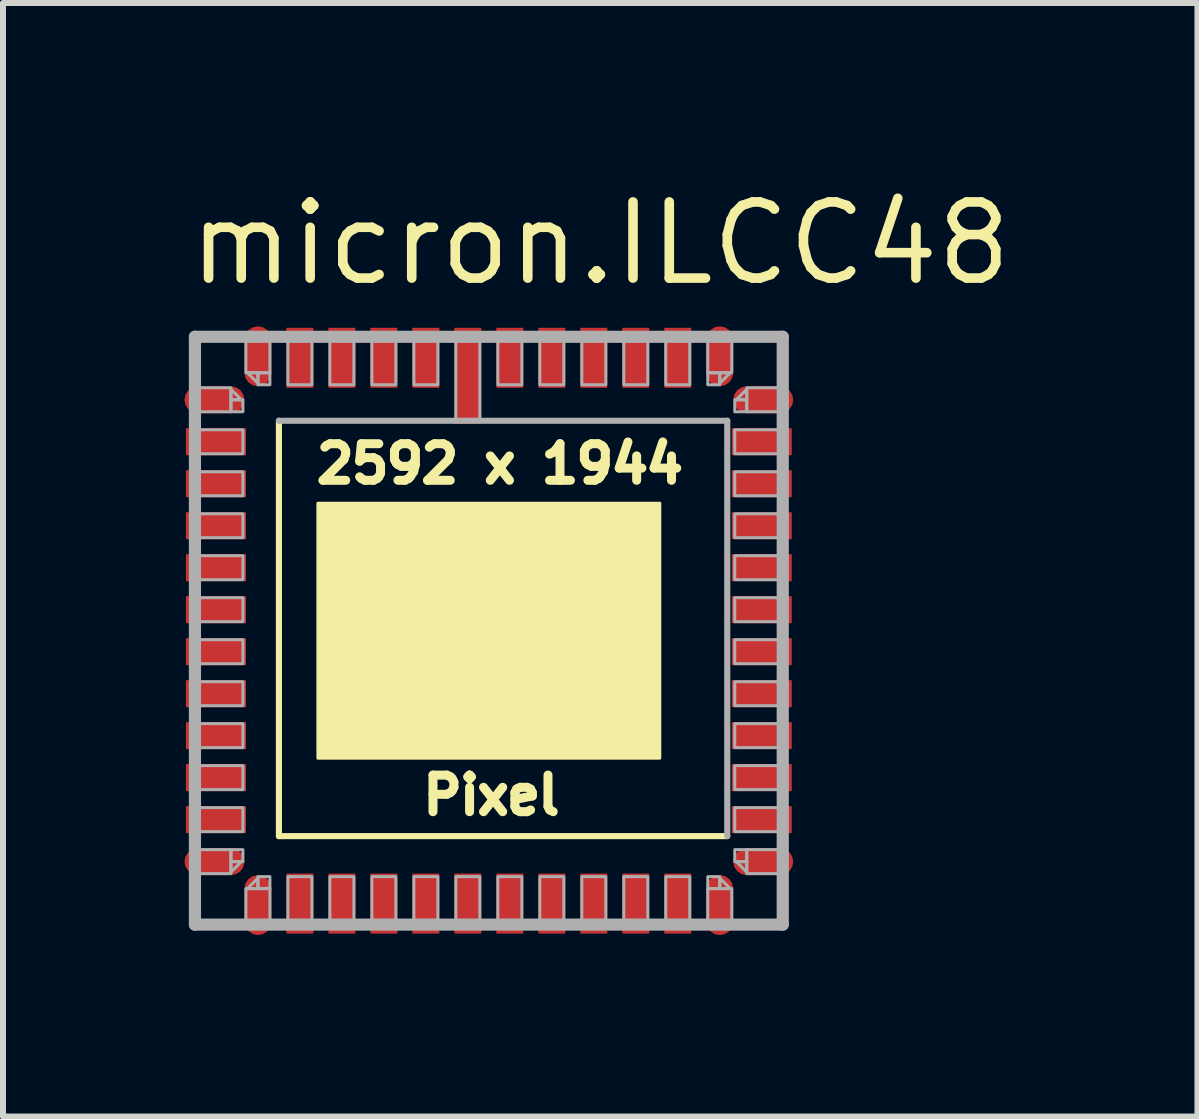
<source format=kicad_pcb>
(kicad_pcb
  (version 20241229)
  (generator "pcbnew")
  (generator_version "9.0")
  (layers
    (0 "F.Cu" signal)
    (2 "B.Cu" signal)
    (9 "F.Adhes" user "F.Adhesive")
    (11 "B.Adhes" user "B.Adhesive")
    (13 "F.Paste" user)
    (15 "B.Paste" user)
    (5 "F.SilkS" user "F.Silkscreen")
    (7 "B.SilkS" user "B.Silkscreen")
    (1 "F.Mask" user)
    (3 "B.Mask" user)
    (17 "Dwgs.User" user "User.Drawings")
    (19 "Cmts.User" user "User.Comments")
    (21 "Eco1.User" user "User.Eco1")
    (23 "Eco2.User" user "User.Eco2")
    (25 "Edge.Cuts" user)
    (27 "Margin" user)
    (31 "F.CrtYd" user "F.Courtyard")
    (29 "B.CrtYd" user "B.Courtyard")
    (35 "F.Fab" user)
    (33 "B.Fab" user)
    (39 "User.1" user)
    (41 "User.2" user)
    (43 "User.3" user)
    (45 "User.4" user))
  (footprint "micron.ILCC48"
    (layer "F.Cu")
    (at 5.1 7.465)
    (property "Reference" "micron.ILCC48" (at -5.08 -5.715 0) (layer "F.SilkS") (effects (font (size 1.27 1.27) (thickness 0.16)) (justify left bottom)))
    (attr smd)
    (fp_rect (start -5.075 -2.9) (end -4.025 -3.4) (stroke (width 0.05) (type default)) (fill yes) (layer "F.Mask"))
    (fp_rect (start -5.075 -2.2) (end -4.025 -2.7) (stroke (width 0.05) (type default)) (fill yes) (layer "F.Mask"))
    (fp_rect (start -5.075 -1.5) (end -4.025 -2) (stroke (width 0.05) (type default)) (fill yes) (layer "F.Mask"))
    (fp_rect (start -5.075 -0.8) (end -4.025 -1.3) (stroke (width 0.05) (type default)) (fill yes) (layer "F.Mask"))
    (fp_rect (start -5.075 -0.1) (end -4.025 -0.6) (stroke (width 0.05) (type default)) (fill yes) (layer "F.Mask"))
    (fp_rect (start -5.075 0.6) (end -4.025 0.1) (stroke (width 0.05) (type default)) (fill yes) (layer "F.Mask"))
    (fp_rect (start -5.075 1.3) (end -4.025 0.8) (stroke (width 0.05) (type default)) (fill yes) (layer "F.Mask"))
    (fp_rect (start -5.075 2) (end -4.025 1.5) (stroke (width 0.05) (type default)) (fill yes) (layer "F.Mask"))
    (fp_rect (start -5.075 2.7) (end -4.025 2.2) (stroke (width 0.05) (type default)) (fill yes) (layer "F.Mask"))
    (fp_rect (start -5.075 3.4) (end -4.025 2.9) (stroke (width 0.05) (type default)) (fill yes) (layer "F.Mask"))
    (fp_rect (start -3.4 -4.025) (end -2.9 -5.075) (stroke (width 0.05) (type default)) (fill yes) (layer "F.Mask"))
    (fp_rect (start -3.4 5.075) (end -2.9 4.025) (stroke (width 0.05) (type default)) (fill yes) (layer "F.Mask"))
    (fp_rect (start -2.7 -4.025) (end -2.2 -5.075) (stroke (width 0.05) (type default)) (fill yes) (layer "F.Mask"))
    (fp_rect (start -2.7 5.075) (end -2.2 4.025) (stroke (width 0.05) (type default)) (fill yes) (layer "F.Mask"))
    (fp_rect (start -2 -4.025) (end -1.5 -5.075) (stroke (width 0.05) (type default)) (fill yes) (layer "F.Mask"))
    (fp_rect (start -2 5.075) (end -1.5 4.025) (stroke (width 0.05) (type default)) (fill yes) (layer "F.Mask"))
    (fp_rect (start -1.3 -4.025) (end -0.8 -5.075) (stroke (width 0.05) (type default)) (fill yes) (layer "F.Mask"))
    (fp_rect (start -1.3 5.075) (end -0.8 4.025) (stroke (width 0.05) (type default)) (fill yes) (layer "F.Mask"))
    (fp_rect (start -0.6 -3.425) (end -0.1 -5.075) (stroke (width 0.05) (type default)) (fill yes) (layer "F.Mask"))
    (fp_rect (start -0.6 5.075) (end -0.1 4.025) (stroke (width 0.05) (type default)) (fill yes) (layer "F.Mask"))
    (fp_rect (start 0.1 -4.025) (end 0.6 -5.075) (stroke (width 0.05) (type default)) (fill yes) (layer "F.Mask"))
    (fp_rect (start 0.1 5.075) (end 0.6 4.025) (stroke (width 0.05) (type default)) (fill yes) (layer "F.Mask"))
    (fp_rect (start 0.8 -4.025) (end 1.3 -5.075) (stroke (width 0.05) (type default)) (fill yes) (layer "F.Mask"))
    (fp_rect (start 0.8 5.075) (end 1.3 4.025) (stroke (width 0.05) (type default)) (fill yes) (layer "F.Mask"))
    (fp_rect (start 1.5 -4.025) (end 2 -5.075) (stroke (width 0.05) (type default)) (fill yes) (layer "F.Mask"))
    (fp_rect (start 1.5 5.075) (end 2 4.025) (stroke (width 0.05) (type default)) (fill yes) (layer "F.Mask"))
    (fp_rect (start 2.2 -4.025) (end 2.7 -5.075) (stroke (width 0.05) (type default)) (fill yes) (layer "F.Mask"))
    (fp_rect (start 2.2 5.075) (end 2.7 4.025) (stroke (width 0.05) (type default)) (fill yes) (layer "F.Mask"))
    (fp_rect (start 2.9 -4.025) (end 3.4 -5.075) (stroke (width 0.05) (type default)) (fill yes) (layer "F.Mask"))
    (fp_rect (start 2.9 5.075) (end 3.4 4.025) (stroke (width 0.05) (type default)) (fill yes) (layer "F.Mask"))
    (fp_rect (start 4.025 -2.9) (end 5.075 -3.4) (stroke (width 0.05) (type default)) (fill yes) (layer "F.Mask"))
    (fp_rect (start 4.025 -2.2) (end 5.075 -2.7) (stroke (width 0.05) (type default)) (fill yes) (layer "F.Mask"))
    (fp_rect (start 4.025 -1.5) (end 5.075 -2) (stroke (width 0.05) (type default)) (fill yes) (layer "F.Mask"))
    (fp_rect (start 4.025 -0.8) (end 5.075 -1.3) (stroke (width 0.05) (type default)) (fill yes) (layer "F.Mask"))
    (fp_rect (start 4.025 -0.1) (end 5.075 -0.6) (stroke (width 0.05) (type default)) (fill yes) (layer "F.Mask"))
    (fp_rect (start 4.025 0.6) (end 5.075 0.1) (stroke (width 0.05) (type default)) (fill yes) (layer "F.Mask"))
    (fp_rect (start 4.025 1.3) (end 5.075 0.8) (stroke (width 0.05) (type default)) (fill yes) (layer "F.Mask"))
    (fp_rect (start 4.025 2) (end 5.075 1.5) (stroke (width 0.05) (type default)) (fill yes) (layer "F.Mask"))
    (fp_rect (start 4.025 2.7) (end 5.075 2.2) (stroke (width 0.05) (type default)) (fill yes) (layer "F.Mask"))
    (fp_rect (start 4.025 3.4) (end 5.075 2.9) (stroke (width 0.05) (type default)) (fill yes) (layer "F.Mask"))
    (fp_poly (pts (xy -5.05 -4.075) (xy -5.05 -3.625) (xy -4.125 -3.625) (xy -4.05 -3.7) (xy -4.05 -3.925) (xy -4.2 -4.075)) (stroke (width 0.05) (type default)) (fill yes) (layer "F.Mask"))
    (fp_poly (pts (xy -5.05 4.075) (xy -5.05 3.625) (xy -4.125 3.625) (xy -4.05 3.7) (xy -4.05 3.925) (xy -4.2 4.075)) (stroke (width 0.05) (type default)) (fill yes) (layer "F.Mask"))
    (fp_poly (pts (xy -4.075 -5.05) (xy -3.625 -5.05) (xy -3.625 -4.125) (xy -3.7 -4.05) (xy -3.925 -4.05) (xy -4.075 -4.2)) (stroke (width 0.05) (type default)) (fill yes) (layer "F.Mask"))
    (fp_poly (pts (xy -4.075 5.05) (xy -3.625 5.05) (xy -3.625 4.125) (xy -3.7 4.05) (xy -3.925 4.05) (xy -4.075 4.2)) (stroke (width 0.05) (type default)) (fill yes) (layer "F.Mask"))
    (fp_poly (pts (xy 4.075 -5.05) (xy 3.625 -5.05) (xy 3.625 -4.125) (xy 3.7 -4.05) (xy 3.925 -4.05) (xy 4.075 -4.2)) (stroke (width 0.05) (type default)) (fill yes) (layer "F.Mask"))
    (fp_poly (pts (xy 4.075 5.05) (xy 3.625 5.05) (xy 3.625 4.125) (xy 3.7 4.05) (xy 3.925 4.05) (xy 4.075 4.2)) (stroke (width 0.05) (type default)) (fill yes) (layer "F.Mask"))
    (fp_poly (pts (xy 5.05 -4.075) (xy 5.05 -3.625) (xy 4.125 -3.625) (xy 4.05 -3.7) (xy 4.05 -3.925) (xy 4.2 -4.075)) (stroke (width 0.05) (type default)) (fill yes) (layer "F.Mask"))
    (fp_poly (pts (xy 5.05 4.075) (xy 5.05 3.625) (xy 4.125 3.625) (xy 4.05 3.7) (xy 4.05 3.925) (xy 4.2 4.075)) (stroke (width 0.05) (type default)) (fill yes) (layer "F.Mask"))
    (fp_line (start -3.5 3.425) (end -3.5 -3.5) (stroke (width 0.102) (type default)) (layer "F.SilkS"))
    (fp_line (start 3.975 3.425) (end -3.5 3.425) (stroke (width 0.102) (type default)) (layer "F.SilkS"))
    (fp_rect (start -2.85 2.125) (end 2.85 -2.125) (stroke (width 0.05) (type default)) (fill yes) (layer "F.SilkS"))
    (fp_rect (start -4.95 -2.95) (end -4.075 -3.35) (stroke (width 0.05) (type default)) (fill yes) (layer "F.Paste"))
    (fp_rect (start -4.95 -2.25) (end -4.075 -2.65) (stroke (width 0.05) (type default)) (fill yes) (layer "F.Paste"))
    (fp_rect (start -4.95 -1.55) (end -4.075 -1.95) (stroke (width 0.05) (type default)) (fill yes) (layer "F.Paste"))
    (fp_rect (start -4.95 -0.85) (end -4.075 -1.25) (stroke (width 0.05) (type default)) (fill yes) (layer "F.Paste"))
    (fp_rect (start -4.95 -0.15) (end -4.075 -0.55) (stroke (width 0.05) (type default)) (fill yes) (layer "F.Paste"))
    (fp_rect (start -4.95 0.55) (end -4.075 0.15) (stroke (width 0.05) (type default)) (fill yes) (layer "F.Paste"))
    (fp_rect (start -4.95 1.25) (end -4.075 0.85) (stroke (width 0.05) (type default)) (fill yes) (layer "F.Paste"))
    (fp_rect (start -4.95 1.95) (end -4.075 1.55) (stroke (width 0.05) (type default)) (fill yes) (layer "F.Paste"))
    (fp_rect (start -4.95 2.65) (end -4.075 2.25) (stroke (width 0.05) (type default)) (fill yes) (layer "F.Paste"))
    (fp_rect (start -4.95 3.35) (end -4.075 2.95) (stroke (width 0.05) (type default)) (fill yes) (layer "F.Paste"))
    (fp_rect (start -3.35 -4.075) (end -2.95 -4.95) (stroke (width 0.05) (type default)) (fill yes) (layer "F.Paste"))
    (fp_rect (start -3.35 4.95) (end -2.95 4.075) (stroke (width 0.05) (type default)) (fill yes) (layer "F.Paste"))
    (fp_rect (start -2.65 -4.075) (end -2.25 -4.95) (stroke (width 0.05) (type default)) (fill yes) (layer "F.Paste"))
    (fp_rect (start -2.65 4.95) (end -2.25 4.075) (stroke (width 0.05) (type default)) (fill yes) (layer "F.Paste"))
    (fp_rect (start -1.95 -4.075) (end -1.55 -4.95) (stroke (width 0.05) (type default)) (fill yes) (layer "F.Paste"))
    (fp_rect (start -1.95 4.95) (end -1.55 4.075) (stroke (width 0.05) (type default)) (fill yes) (layer "F.Paste"))
    (fp_rect (start -1.25 -4.075) (end -0.85 -4.95) (stroke (width 0.05) (type default)) (fill yes) (layer "F.Paste"))
    (fp_rect (start -1.25 4.95) (end -0.85 4.075) (stroke (width 0.05) (type default)) (fill yes) (layer "F.Paste"))
    (fp_rect (start -0.55 -3.5) (end -0.15 -4.95) (stroke (width 0.05) (type default)) (fill yes) (layer "F.Paste"))
    (fp_rect (start -0.55 4.95) (end -0.15 4.075) (stroke (width 0.05) (type default)) (fill yes) (layer "F.Paste"))
    (fp_rect (start 0.15 -4.075) (end 0.55 -4.95) (stroke (width 0.05) (type default)) (fill yes) (layer "F.Paste"))
    (fp_rect (start 0.15 4.95) (end 0.55 4.075) (stroke (width 0.05) (type default)) (fill yes) (layer "F.Paste"))
    (fp_rect (start 0.85 -4.075) (end 1.25 -4.95) (stroke (width 0.05) (type default)) (fill yes) (layer "F.Paste"))
    (fp_rect (start 0.85 4.95) (end 1.25 4.075) (stroke (width 0.05) (type default)) (fill yes) (layer "F.Paste"))
    (fp_rect (start 1.55 -4.075) (end 1.95 -4.95) (stroke (width 0.05) (type default)) (fill yes) (layer "F.Paste"))
    (fp_rect (start 1.55 4.95) (end 1.95 4.075) (stroke (width 0.05) (type default)) (fill yes) (layer "F.Paste"))
    (fp_rect (start 2.25 -4.075) (end 2.65 -4.95) (stroke (width 0.05) (type default)) (fill yes) (layer "F.Paste"))
    (fp_rect (start 2.25 4.95) (end 2.65 4.075) (stroke (width 0.05) (type default)) (fill yes) (layer "F.Paste"))
    (fp_rect (start 2.95 -4.075) (end 3.35 -4.95) (stroke (width 0.05) (type default)) (fill yes) (layer "F.Paste"))
    (fp_rect (start 2.95 4.95) (end 3.35 4.075) (stroke (width 0.05) (type default)) (fill yes) (layer "F.Paste"))
    (fp_rect (start 4.075 -2.95) (end 4.95 -3.35) (stroke (width 0.05) (type default)) (fill yes) (layer "F.Paste"))
    (fp_rect (start 4.075 -2.25) (end 4.95 -2.65) (stroke (width 0.05) (type default)) (fill yes) (layer "F.Paste"))
    (fp_rect (start 4.075 -1.55) (end 4.95 -1.95) (stroke (width 0.05) (type default)) (fill yes) (layer "F.Paste"))
    (fp_rect (start 4.075 -0.85) (end 4.95 -1.25) (stroke (width 0.05) (type default)) (fill yes) (layer "F.Paste"))
    (fp_rect (start 4.075 -0.15) (end 4.95 -0.55) (stroke (width 0.05) (type default)) (fill yes) (layer "F.Paste"))
    (fp_rect (start 4.075 0.55) (end 4.95 0.15) (stroke (width 0.05) (type default)) (fill yes) (layer "F.Paste"))
    (fp_rect (start 4.075 1.25) (end 4.95 0.85) (stroke (width 0.05) (type default)) (fill yes) (layer "F.Paste"))
    (fp_rect (start 4.075 1.95) (end 4.95 1.55) (stroke (width 0.05) (type default)) (fill yes) (layer "F.Paste"))
    (fp_rect (start 4.075 2.65) (end 4.95 2.25) (stroke (width 0.05) (type default)) (fill yes) (layer "F.Paste"))
    (fp_rect (start 4.075 3.35) (end 4.95 2.95) (stroke (width 0.05) (type default)) (fill yes) (layer "F.Paste"))
    (fp_poly (pts (xy -4.925 -4.025) (xy -4.25 -4.025) (xy -4.1 -3.875) (xy -4.1 -3.775) (xy -4.2 -3.675) (xy -4.925 -3.675)) (stroke (width 0.05) (type default)) (fill yes) (layer "F.Paste"))
    (fp_poly (pts (xy -4.925 4.025) (xy -4.25 4.025) (xy -4.1 3.875) (xy -4.1 3.775) (xy -4.2 3.675) (xy -4.925 3.675)) (stroke (width 0.05) (type default)) (fill yes) (layer "F.Paste"))
    (fp_poly (pts (xy -4.025 -4.925) (xy -4.025 -4.25) (xy -3.875 -4.1) (xy -3.775 -4.1) (xy -3.675 -4.2) (xy -3.675 -4.925)) (stroke (width 0.05) (type default)) (fill yes) (layer "F.Paste"))
    (fp_poly (pts (xy -4.025 4.925) (xy -4.025 4.25) (xy -3.875 4.1) (xy -3.8 4.1) (xy -3.675 4.2) (xy -3.675 4.925)) (stroke (width 0.05) (type default)) (fill yes) (layer "F.Paste"))
    (fp_poly (pts (xy 4.025 -4.925) (xy 4.025 -4.25) (xy 3.875 -4.1) (xy 3.8 -4.1) (xy 3.675 -4.2) (xy 3.675 -4.925)) (stroke (width 0.05) (type default)) (fill yes) (layer "F.Paste"))
    (fp_poly (pts (xy 4.025 4.925) (xy 4.025 4.25) (xy 3.875 4.1) (xy 3.8 4.1) (xy 3.675 4.2) (xy 3.675 4.925)) (stroke (width 0.05) (type default)) (fill yes) (layer "F.Paste"))
    (fp_poly (pts (xy 4.925 -4.025) (xy 4.25 -4.025) (xy 4.1 -3.875) (xy 4.1 -3.775) (xy 4.2 -3.675) (xy 4.925 -3.675)) (stroke (width 0.05) (type default)) (fill yes) (layer "F.Paste"))
    (fp_poly (pts (xy 4.925 4.025) (xy 4.25 4.025) (xy 4.1 3.875) (xy 4.1 3.775) (xy 4.2 3.675) (xy 4.925 3.675)) (stroke (width 0.05) (type default)) (fill yes) (layer "F.Paste"))
    (fp_line (start -4.9 -4.9) (end 4.9 -4.9) (stroke (width 0.203) (type default)) (layer "F.Fab"))
    (fp_line (start -4.9 4.9) (end -4.9 -4.9) (stroke (width 0.203) (type default)) (layer "F.Fab"))
    (fp_line (start -3.5 -3.5) (end 3.975 -3.5) (stroke (width 0.102) (type default)) (layer "F.Fab"))
    (fp_line (start 3.975 -3.5) (end 3.975 3.425) (stroke (width 0.102) (type default)) (layer "F.Fab"))
    (fp_line (start 4.9 -4.9) (end 4.9 4.9) (stroke (width 0.203) (type default)) (layer "F.Fab"))
    (fp_line (start 4.9 4.9) (end -4.9 4.9) (stroke (width 0.203) (type default)) (layer "F.Fab"))
    (fp_rect (start -4.9 -3.65) (end -4.3 -4.05) (stroke (width 0.05) (type default)) (fill no) (layer "F.Fab"))
    (fp_rect (start -4.9 -2.95) (end -4.1 -3.35) (stroke (width 0.05) (type default)) (fill no) (layer "F.Fab"))
    (fp_rect (start -4.9 -2.25) (end -4.1 -2.65) (stroke (width 0.05) (type default)) (fill no) (layer "F.Fab"))
    (fp_rect (start -4.9 -1.55) (end -4.1 -1.95) (stroke (width 0.05) (type default)) (fill no) (layer "F.Fab"))
    (fp_rect (start -4.9 -0.85) (end -4.1 -1.25) (stroke (width 0.05) (type default)) (fill no) (layer "F.Fab"))
    (fp_rect (start -4.9 -0.15) (end -4.1 -0.55) (stroke (width 0.05) (type default)) (fill no) (layer "F.Fab"))
    (fp_rect (start -4.9 0.55) (end -4.1 0.15) (stroke (width 0.05) (type default)) (fill no) (layer "F.Fab"))
    (fp_rect (start -4.9 1.25) (end -4.1 0.85) (stroke (width 0.05) (type default)) (fill no) (layer "F.Fab"))
    (fp_rect (start -4.9 1.95) (end -4.1 1.55) (stroke (width 0.05) (type default)) (fill no) (layer "F.Fab"))
    (fp_rect (start -4.9 2.65) (end -4.1 2.25) (stroke (width 0.05) (type default)) (fill no) (layer "F.Fab"))
    (fp_rect (start -4.9 3.35) (end -4.1 2.95) (stroke (width 0.05) (type default)) (fill no) (layer "F.Fab"))
    (fp_rect (start -4.9 4.05) (end -4.3 3.65) (stroke (width 0.05) (type default)) (fill no) (layer "F.Fab"))
    (fp_rect (start -4.3 -3.65) (end -4.1 -3.85) (stroke (width 0.05) (type default)) (fill no) (layer "F.Fab"))
    (fp_rect (start -4.3 3.85) (end -4.1 3.65) (stroke (width 0.05) (type default)) (fill no) (layer "F.Fab"))
    (fp_rect (start -4.05 -4.3) (end -3.65 -4.9) (stroke (width 0.05) (type default)) (fill no) (layer "F.Fab"))
    (fp_rect (start -4.05 4.9) (end -3.65 4.3) (stroke (width 0.05) (type default)) (fill no) (layer "F.Fab"))
    (fp_rect (start -3.85 -4.1) (end -3.65 -4.3) (stroke (width 0.05) (type default)) (fill no) (layer "F.Fab"))
    (fp_rect (start -3.85 4.3) (end -3.65 4.1) (stroke (width 0.05) (type default)) (fill no) (layer "F.Fab"))
    (fp_rect (start -3.35 -4.1) (end -2.95 -4.9) (stroke (width 0.05) (type default)) (fill no) (layer "F.Fab"))
    (fp_rect (start -3.35 4.9) (end -2.95 4.1) (stroke (width 0.05) (type default)) (fill no) (layer "F.Fab"))
    (fp_rect (start -2.65 -4.1) (end -2.25 -4.9) (stroke (width 0.05) (type default)) (fill no) (layer "F.Fab"))
    (fp_rect (start -2.65 4.9) (end -2.25 4.1) (stroke (width 0.05) (type default)) (fill no) (layer "F.Fab"))
    (fp_rect (start -1.95 -4.1) (end -1.55 -4.9) (stroke (width 0.05) (type default)) (fill no) (layer "F.Fab"))
    (fp_rect (start -1.95 4.9) (end -1.55 4.1) (stroke (width 0.05) (type default)) (fill no) (layer "F.Fab"))
    (fp_rect (start -1.25 -4.1) (end -0.85 -4.9) (stroke (width 0.05) (type default)) (fill no) (layer "F.Fab"))
    (fp_rect (start -1.25 4.9) (end -0.85 4.1) (stroke (width 0.05) (type default)) (fill no) (layer "F.Fab"))
    (fp_rect (start -0.55 -3.5) (end -0.15 -4.9) (stroke (width 0.05) (type default)) (fill no) (layer "F.Fab"))
    (fp_rect (start -0.55 4.9) (end -0.15 4.1) (stroke (width 0.05) (type default)) (fill no) (layer "F.Fab"))
    (fp_rect (start 0.15 -4.1) (end 0.55 -4.9) (stroke (width 0.05) (type default)) (fill no) (layer "F.Fab"))
    (fp_rect (start 0.15 4.9) (end 0.55 4.1) (stroke (width 0.05) (type default)) (fill no) (layer "F.Fab"))
    (fp_rect (start 0.85 -4.1) (end 1.25 -4.9) (stroke (width 0.05) (type default)) (fill no) (layer "F.Fab"))
    (fp_rect (start 0.85 4.9) (end 1.25 4.1) (stroke (width 0.05) (type default)) (fill no) (layer "F.Fab"))
    (fp_rect (start 1.55 -4.1) (end 1.95 -4.9) (stroke (width 0.05) (type default)) (fill no) (layer "F.Fab"))
    (fp_rect (start 1.55 4.9) (end 1.95 4.1) (stroke (width 0.05) (type default)) (fill no) (layer "F.Fab"))
    (fp_rect (start 2.25 -4.1) (end 2.65 -4.9) (stroke (width 0.05) (type default)) (fill no) (layer "F.Fab"))
    (fp_rect (start 2.25 4.9) (end 2.65 4.1) (stroke (width 0.05) (type default)) (fill no) (layer "F.Fab"))
    (fp_rect (start 2.95 -4.1) (end 3.35 -4.9) (stroke (width 0.05) (type default)) (fill no) (layer "F.Fab"))
    (fp_rect (start 2.95 4.9) (end 3.35 4.1) (stroke (width 0.05) (type default)) (fill no) (layer "F.Fab"))
    (fp_rect (start 3.65 -4.3) (end 4.05 -4.9) (stroke (width 0.05) (type default)) (fill no) (layer "F.Fab"))
    (fp_rect (start 3.65 -4.1) (end 3.85 -4.3) (stroke (width 0.05) (type default)) (fill no) (layer "F.Fab"))
    (fp_rect (start 3.65 4.3) (end 3.85 4.1) (stroke (width 0.05) (type default)) (fill no) (layer "F.Fab"))
    (fp_rect (start 3.65 4.9) (end 4.05 4.3) (stroke (width 0.05) (type default)) (fill no) (layer "F.Fab"))
    (fp_rect (start 4.1 -3.65) (end 4.3 -3.85) (stroke (width 0.05) (type default)) (fill no) (layer "F.Fab"))
    (fp_rect (start 4.1 -2.95) (end 4.9 -3.35) (stroke (width 0.05) (type default)) (fill no) (layer "F.Fab"))
    (fp_rect (start 4.1 -2.25) (end 4.9 -2.65) (stroke (width 0.05) (type default)) (fill no) (layer "F.Fab"))
    (fp_rect (start 4.1 -1.55) (end 4.9 -1.95) (stroke (width 0.05) (type default)) (fill no) (layer "F.Fab"))
    (fp_rect (start 4.1 -0.85) (end 4.9 -1.25) (stroke (width 0.05) (type default)) (fill no) (layer "F.Fab"))
    (fp_rect (start 4.1 -0.15) (end 4.9 -0.55) (stroke (width 0.05) (type default)) (fill no) (layer "F.Fab"))
    (fp_rect (start 4.1 0.55) (end 4.9 0.15) (stroke (width 0.05) (type default)) (fill no) (layer "F.Fab"))
    (fp_rect (start 4.1 1.25) (end 4.9 0.85) (stroke (width 0.05) (type default)) (fill no) (layer "F.Fab"))
    (fp_rect (start 4.1 1.95) (end 4.9 1.55) (stroke (width 0.05) (type default)) (fill no) (layer "F.Fab"))
    (fp_rect (start 4.1 2.65) (end 4.9 2.25) (stroke (width 0.05) (type default)) (fill no) (layer "F.Fab"))
    (fp_rect (start 4.1 3.35) (end 4.9 2.95) (stroke (width 0.05) (type default)) (fill no) (layer "F.Fab"))
    (fp_rect (start 4.1 3.85) (end 4.3 3.65) (stroke (width 0.05) (type default)) (fill no) (layer "F.Fab"))
    (fp_rect (start 4.3 -3.65) (end 4.9 -4.05) (stroke (width 0.05) (type default)) (fill no) (layer "F.Fab"))
    (fp_rect (start 4.3 4.05) (end 4.9 3.65) (stroke (width 0.05) (type default)) (fill no) (layer "F.Fab"))
    (fp_poly (pts (xy -4.3 4.025) (xy -4.125 3.85) (xy -4.3 3.85)) (stroke (width 0.05) (type default)) (fill no) (layer "F.Fab"))
    (fp_poly (pts (xy -4.125 -3.85) (xy -4.3 -4.025) (xy -4.3 -3.85)) (stroke (width 0.05) (type default)) (fill no) (layer "F.Fab"))
    (fp_poly (pts (xy -4.025 -4.3) (xy -3.85 -4.125) (xy -3.85 -4.3)) (stroke (width 0.05) (type default)) (fill no) (layer "F.Fab"))
    (fp_poly (pts (xy -3.85 4.125) (xy -4.025 4.3) (xy -3.85 4.3)) (stroke (width 0.05) (type default)) (fill no) (layer "F.Fab"))
    (fp_poly (pts (xy 3.85 -4.125) (xy 4.025 -4.3) (xy 3.85 -4.3)) (stroke (width 0.05) (type default)) (fill no) (layer "F.Fab"))
    (fp_poly (pts (xy 4.025 4.3) (xy 3.85 4.125) (xy 3.85 4.3)) (stroke (width 0.05) (type default)) (fill no) (layer "F.Fab"))
    (fp_poly (pts (xy 4.125 3.85) (xy 4.3 4.025) (xy 4.3 3.85)) (stroke (width 0.05) (type default)) (fill no) (layer "F.Fab"))
    (fp_poly (pts (xy 4.3 -4.025) (xy 4.125 -3.85) (xy 4.3 -3.85)) (stroke (width 0.05) (type default)) (fill no) (layer "F.Fab"))
    (fp_text user "Pixel" (at -1.175 3.1 0) (layer "F.SilkS") (effects (font (size 0.61 0.61) (thickness 0.15)) (justify left bottom)))
    (fp_text user "2592 x 1944" (at -2.95 -2.425 0) (layer "F.SilkS") (effects (font (size 0.61 0.61) (thickness 0.15)) (justify left bottom)))
    (pad "1" smd roundrect (at -0.35 -4.25) (size 0.45 1.6) (layers "F.Cu" "F.Mask" "F.Paste") (roundrect_rratio 0.01))
    (pad "2" smd roundrect (at -1.05 -4.55) (size 0.45 1) (layers "F.Cu" "F.Mask" "F.Paste") (roundrect_rratio 0.01))
    (pad "3" smd roundrect (at -1.75 -4.55) (size 0.45 1) (layers "F.Cu" "F.Mask" "F.Paste") (roundrect_rratio 0.01))
    (pad "4" smd roundrect (at -2.45 -4.55) (size 0.45 1) (layers "F.Cu" "F.Mask" "F.Paste") (roundrect_rratio 0.01))
    (pad "5" smd roundrect (at -3.15 -4.55) (size 0.45 1) (layers "F.Cu" "F.Mask" "F.Paste") (roundrect_rratio 0.01))
    (pad "6" smd roundrect (at -3.85 -4.575) (size 0.45 1) (layers "F.Cu" "F.Mask" "F.Paste") (roundrect_rratio 0.5))
    (pad "7" smd roundrect (at -4.575 -3.85 90) (size 0.45 1) (layers "F.Cu" "F.Mask" "F.Paste") (roundrect_rratio 0.5))
    (pad "8" smd roundrect (at -4.55 -3.15 90) (size 0.45 1) (layers "F.Cu" "F.Mask" "F.Paste") (roundrect_rratio 0.01))
    (pad "9" smd roundrect (at -4.55 -2.45 90) (size 0.45 1) (layers "F.Cu" "F.Mask" "F.Paste") (roundrect_rratio 0.01))
    (pad "10" smd roundrect (at -4.55 -1.75 90) (size 0.45 1) (layers "F.Cu" "F.Mask" "F.Paste") (roundrect_rratio 0.01))
    (pad "11" smd roundrect (at -4.55 -1.05 90) (size 0.45 1) (layers "F.Cu" "F.Mask" "F.Paste") (roundrect_rratio 0.01))
    (pad "12" smd roundrect (at -4.55 -0.35 90) (size 0.45 1) (layers "F.Cu" "F.Mask" "F.Paste") (roundrect_rratio 0.01))
    (pad "13" smd roundrect (at -4.55 0.35 90) (size 0.45 1) (layers "F.Cu" "F.Mask" "F.Paste") (roundrect_rratio 0.01))
    (pad "14" smd roundrect (at -4.55 1.05 90) (size 0.45 1) (layers "F.Cu" "F.Mask" "F.Paste") (roundrect_rratio 0.01))
    (pad "15" smd roundrect (at -4.55 1.75 90) (size 0.45 1) (layers "F.Cu" "F.Mask" "F.Paste") (roundrect_rratio 0.01))
    (pad "16" smd roundrect (at -4.55 2.45 90) (size 0.45 1) (layers "F.Cu" "F.Mask" "F.Paste") (roundrect_rratio 0.01))
    (pad "17" smd roundrect (at -4.55 3.15 90) (size 0.45 1) (layers "F.Cu" "F.Mask" "F.Paste") (roundrect_rratio 0.01))
    (pad "18" smd roundrect (at -4.575 3.85 90) (size 0.45 1) (layers "F.Cu" "F.Mask" "F.Paste") (roundrect_rratio 0.5))
    (pad "19" smd roundrect (at -3.85 4.575 180) (size 0.45 1) (layers "F.Cu" "F.Mask" "F.Paste") (roundrect_rratio 0.5))
    (pad "20" smd roundrect (at -3.15 4.55 180) (size 0.45 1) (layers "F.Cu" "F.Mask" "F.Paste") (roundrect_rratio 0.01))
    (pad "21" smd roundrect (at -2.45 4.55 180) (size 0.45 1) (layers "F.Cu" "F.Mask" "F.Paste") (roundrect_rratio 0.01))
    (pad "22" smd roundrect (at -1.75 4.55 180) (size 0.45 1) (layers "F.Cu" "F.Mask" "F.Paste") (roundrect_rratio 0.01))
    (pad "23" smd roundrect (at -1.05 4.55 180) (size 0.45 1) (layers "F.Cu" "F.Mask" "F.Paste") (roundrect_rratio 0.01))
    (pad "24" smd roundrect (at -0.35 4.55 180) (size 0.45 1) (layers "F.Cu" "F.Mask" "F.Paste") (roundrect_rratio 0.01))
    (pad "25" smd roundrect (at 0.35 4.55 180) (size 0.45 1) (layers "F.Cu" "F.Mask" "F.Paste") (roundrect_rratio 0.01))
    (pad "26" smd roundrect (at 1.05 4.55 180) (size 0.45 1) (layers "F.Cu" "F.Mask" "F.Paste") (roundrect_rratio 0.01))
    (pad "27" smd roundrect (at 1.75 4.55 180) (size 0.45 1) (layers "F.Cu" "F.Mask" "F.Paste") (roundrect_rratio 0.01))
    (pad "28" smd roundrect (at 2.45 4.55 180) (size 0.45 1) (layers "F.Cu" "F.Mask" "F.Paste") (roundrect_rratio 0.01))
    (pad "29" smd roundrect (at 3.15 4.55 180) (size 0.45 1) (layers "F.Cu" "F.Mask" "F.Paste") (roundrect_rratio 0.01))
    (pad "30" smd roundrect (at 3.85 4.575 180) (size 0.45 1) (layers "F.Cu" "F.Mask" "F.Paste") (roundrect_rratio 0.5))
    (pad "31" smd roundrect (at 4.575 3.85 270) (size 0.45 1) (layers "F.Cu" "F.Mask" "F.Paste") (roundrect_rratio 0.5))
    (pad "32" smd roundrect (at 4.55 3.15 270) (size 0.45 1) (layers "F.Cu" "F.Mask" "F.Paste") (roundrect_rratio 0.01))
    (pad "33" smd roundrect (at 4.55 2.45 270) (size 0.45 1) (layers "F.Cu" "F.Mask" "F.Paste") (roundrect_rratio 0.01))
    (pad "34" smd roundrect (at 4.55 1.75 270) (size 0.45 1) (layers "F.Cu" "F.Mask" "F.Paste") (roundrect_rratio 0.01))
    (pad "35" smd roundrect (at 4.55 1.05 270) (size 0.45 1) (layers "F.Cu" "F.Mask" "F.Paste") (roundrect_rratio 0.01))
    (pad "36" smd roundrect (at 4.55 0.35 270) (size 0.45 1) (layers "F.Cu" "F.Mask" "F.Paste") (roundrect_rratio 0.01))
    (pad "37" smd roundrect (at 4.55 -0.35 270) (size 0.45 1) (layers "F.Cu" "F.Mask" "F.Paste") (roundrect_rratio 0.01))
    (pad "38" smd roundrect (at 4.55 -1.05 270) (size 0.45 1) (layers "F.Cu" "F.Mask" "F.Paste") (roundrect_rratio 0.01))
    (pad "39" smd roundrect (at 4.55 -1.75 270) (size 0.45 1) (layers "F.Cu" "F.Mask" "F.Paste") (roundrect_rratio 0.01))
    (pad "40" smd roundrect (at 4.55 -2.45 270) (size 0.45 1) (layers "F.Cu" "F.Mask" "F.Paste") (roundrect_rratio 0.01))
    (pad "41" smd roundrect (at 4.55 -3.15 270) (size 0.45 1) (layers "F.Cu" "F.Mask" "F.Paste") (roundrect_rratio 0.01))
    (pad "42" smd roundrect (at 4.575 -3.85 270) (size 0.45 1) (layers "F.Cu" "F.Mask" "F.Paste") (roundrect_rratio 0.5))
    (pad "43" smd roundrect (at 3.85 -4.575) (size 0.45 1) (layers "F.Cu" "F.Mask" "F.Paste") (roundrect_rratio 0.5))
    (pad "44" smd roundrect (at 3.15 -4.55) (size 0.45 1) (layers "F.Cu" "F.Mask" "F.Paste") (roundrect_rratio 0.01))
    (pad "45" smd roundrect (at 2.45 -4.55) (size 0.45 1) (layers "F.Cu" "F.Mask" "F.Paste") (roundrect_rratio 0.01))
    (pad "46" smd roundrect (at 1.75 -4.55) (size 0.45 1) (layers "F.Cu" "F.Mask" "F.Paste") (roundrect_rratio 0.01))
    (pad "47" smd roundrect (at 1.05 -4.55) (size 0.45 1) (layers "F.Cu" "F.Mask" "F.Paste") (roundrect_rratio 0.01))
    (pad "48" smd roundrect (at 0.35 -4.55) (size 0.45 1) (layers "F.Cu" "F.Mask" "F.Paste") (roundrect_rratio 0.01)))
  (gr_rect
    (start -3 -3)
    (end 16.914 15.565)
    (stroke (width 0.1) (type default))
    (fill no)
    (layer "Edge.Cuts")))
</source>
